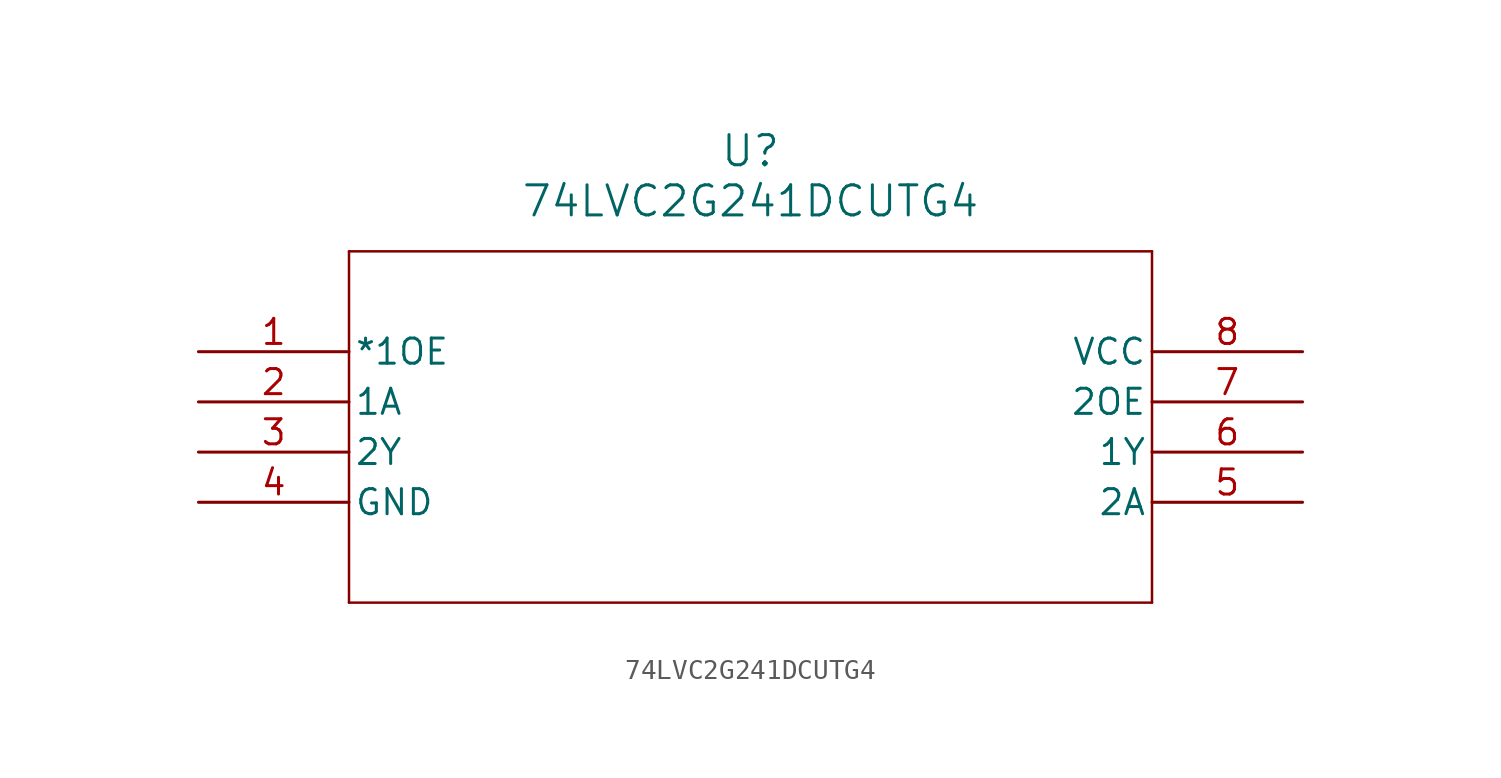
<source format=kicad_sym>
(kicad_symbol_lib
  (version 20211014)
  (generator kicad_symbol_editor)
  (symbol "74LVC2G241DCUTG4"
    (pin_names
      (offset 0.254))
    (property "Reference" "U"
      (at 27.94 10.16 0)
      (effects (font (size 1.524 1.524))))
    (property "Value" "74LVC2G241DCUTG4"
      (at 27.94 7.62 0)
      (effects (font (size 1.524 1.524))))
    (symbol "74LVC2G241DCUTG4_0_1"
      (polyline (pts (xy 7.62 5.08) (xy 7.62 -12.7)) (stroke (width 0.127) (type default) (color 0 0 0 0)) (fill (type none)))
      (polyline (pts (xy 7.62 -12.7) (xy 48.26 -12.7)) (stroke (width 0.127) (type default) (color 0 0 0 0)) (fill (type none)))
      (polyline (pts (xy 48.26 -12.7) (xy 48.26 5.08)) (stroke (width 0.127) (type default) (color 0 0 0 0)) (fill (type none)))
      (polyline (pts (xy 48.26 5.08) (xy 7.62 5.08)) (stroke (width 0.127) (type default) (color 0 0 0 0)) (fill (type none)))
      (pin input line (at 0 0 0) (length 7.62) (name "*1OE" (effects (font (size 1.27 1.27)))) (number "1" (effects (font (size 1.27 1.27)))))
      (pin input line (at 0 -2.54 0) (length 7.62) (name "1A" (effects (font (size 1.27 1.27)))) (number "2" (effects (font (size 1.27 1.27)))))
      (pin output line (at 0 -5.08 0) (length 7.62) (name "2Y" (effects (font (size 1.27 1.27)))) (number "3" (effects (font (size 1.27 1.27)))))
      (pin power_in line (at 0 -7.62 0) (length 7.62) (name "GND" (effects (font (size 1.27 1.27)))) (number "4" (effects (font (size 1.27 1.27)))))
      (pin input line (at 55.88 -7.62 180) (length 7.62) (name "2A" (effects (font (size 1.27 1.27)))) (number "5" (effects (font (size 1.27 1.27)))))
      (pin output line (at 55.88 -5.08 180) (length 7.62) (name "1Y" (effects (font (size 1.27 1.27)))) (number "6" (effects (font (size 1.27 1.27)))))
      (pin input line (at 55.88 -2.54 180) (length 7.62) (name "2OE" (effects (font (size 1.27 1.27)))) (number "7" (effects (font (size 1.27 1.27)))))
      (pin power_in line (at 55.88 0 180) (length 7.62) (name "VCC" (effects (font (size 1.27 1.27)))) (number "8" (effects (font (size 1.27 1.27))))))))
</source>
